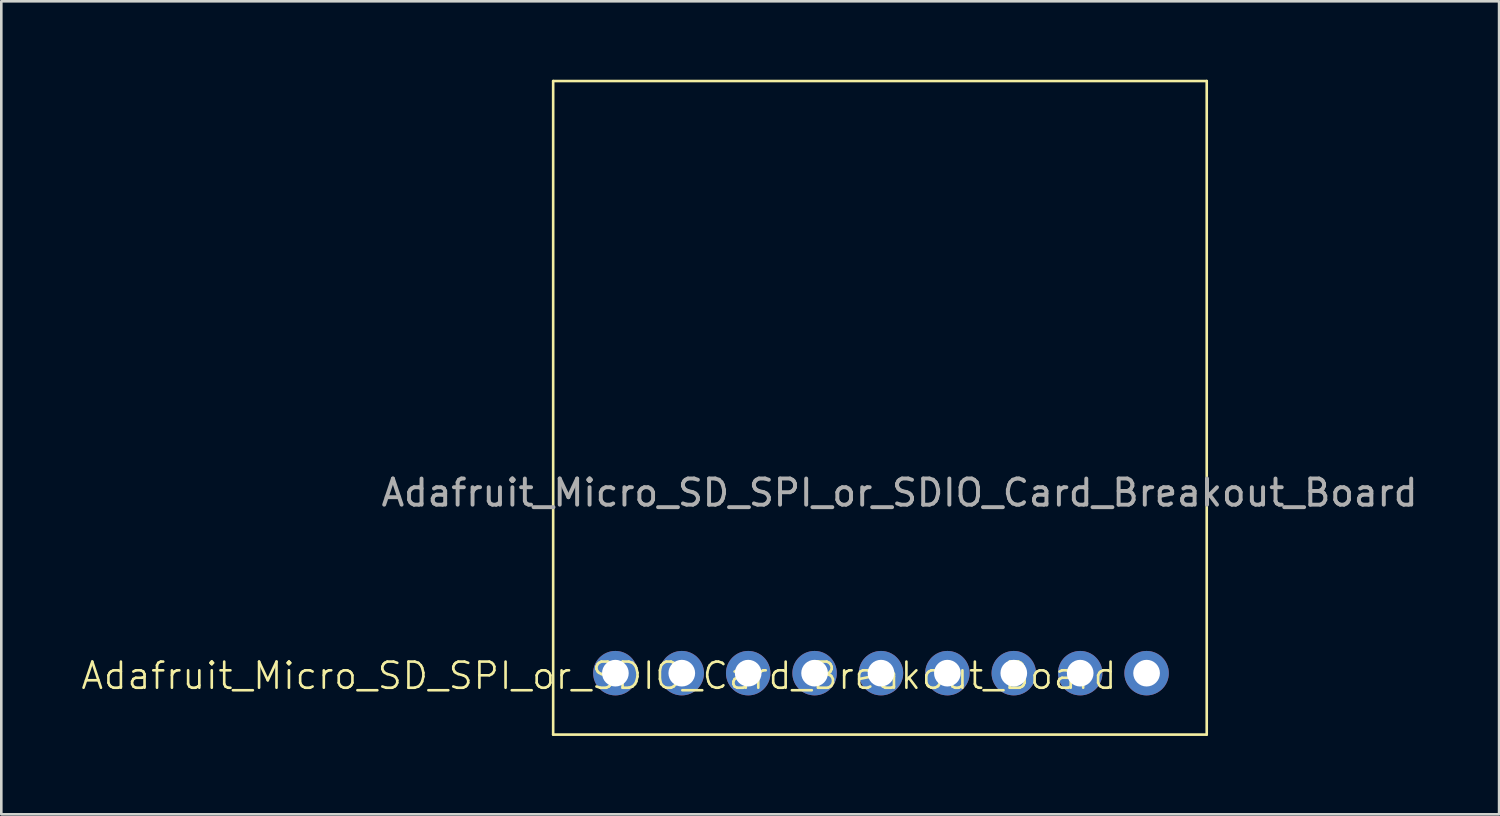
<source format=kicad_pcb>
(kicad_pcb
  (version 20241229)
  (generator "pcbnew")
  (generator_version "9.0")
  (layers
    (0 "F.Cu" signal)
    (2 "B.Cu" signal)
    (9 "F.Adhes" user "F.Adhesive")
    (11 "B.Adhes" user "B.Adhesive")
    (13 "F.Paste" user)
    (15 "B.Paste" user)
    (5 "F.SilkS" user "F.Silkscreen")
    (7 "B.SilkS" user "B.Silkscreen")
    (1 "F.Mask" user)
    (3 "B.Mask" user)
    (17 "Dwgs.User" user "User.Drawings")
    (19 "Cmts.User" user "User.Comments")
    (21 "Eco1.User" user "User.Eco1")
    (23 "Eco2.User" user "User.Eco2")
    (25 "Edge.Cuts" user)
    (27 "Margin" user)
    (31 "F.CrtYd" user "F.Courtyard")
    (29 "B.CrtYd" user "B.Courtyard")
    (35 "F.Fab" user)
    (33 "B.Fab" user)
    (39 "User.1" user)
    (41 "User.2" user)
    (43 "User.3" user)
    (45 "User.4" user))
  (footprint "Adafruit_Micro_SD_SPI_or_SDIO_Card_Breakout_Board"
    (layer "F.Cu")
    (at 31.36 13.3)
    (property "Reference" "Adafruit_Micro_SD_SPI_or_SDIO_Card_Breakout_Board" (at -11.5 9.5 0) (unlocked yes) (layer "F.SilkS") (effects (font (size 1 1) (thickness 0.1))))
    (attr smd)
    (fp_line (start -13.25 -13.25) (end -13.25 11.75) (stroke (width 0.1) (type default)) (layer "F.SilkS"))
    (fp_line (start -13.25 11.75) (end 11.75 11.75) (stroke (width 0.1) (type default)) (layer "F.SilkS"))
    (fp_line (start 11.75 -13.25) (end -13.25 -13.25) (stroke (width 0.1) (type default)) (layer "F.SilkS"))
    (fp_line (start 11.75 11.75) (end 11.75 -13.25) (stroke (width 0.1) (type default)) (layer "F.SilkS"))
    (fp_text user "${REFERENCE}" (at 0 2.5 0) (unlocked yes) (layer "F.Fab") (effects (font (size 1 1) (thickness 0.15))))
    (pad "1" thru_hole oval (at -10.87 9.4) (size 1.7 1.7) (drill 1.02) (layers "*.Cu" "*.Mask"))
    (pad "2" thru_hole oval (at -8.33 9.4) (size 1.7 1.7) (drill 1.02) (layers "*.Cu" "*.Mask"))
    (pad "3" thru_hole oval (at -5.79 9.4) (size 1.7 1.7) (drill 1.02) (layers "*.Cu" "*.Mask"))
    (pad "4" thru_hole oval (at -3.25 9.4) (size 1.7 1.7) (drill 1.02) (layers "*.Cu" "*.Mask"))
    (pad "5" thru_hole oval (at -0.71 9.4) (size 1.7 1.7) (drill 1.02) (layers "*.Cu" "*.Mask"))
    (pad "6" thru_hole oval (at 1.83 9.4) (size 1.7 1.7) (drill 1.02) (layers "*.Cu" "*.Mask"))
    (pad "7" thru_hole oval (at 4.37 9.4) (size 1.7 1.7) (drill 1.02) (layers "*.Cu" "*.Mask"))
    (pad "8" thru_hole oval (at 6.91 9.4) (size 1.7 1.7) (drill 1.02) (layers "*.Cu" "*.Mask"))
    (pad "9" thru_hole oval (at 9.45 9.4) (size 1.7 1.7) (drill 1.02) (layers "*.Cu" "*.Mask")))
  (gr_rect
    (start -3 -3)
    (end 54.294 28.1)
    (stroke (width 0.1) (type default))
    (fill no)
    (layer "Edge.Cuts")))
</source>
